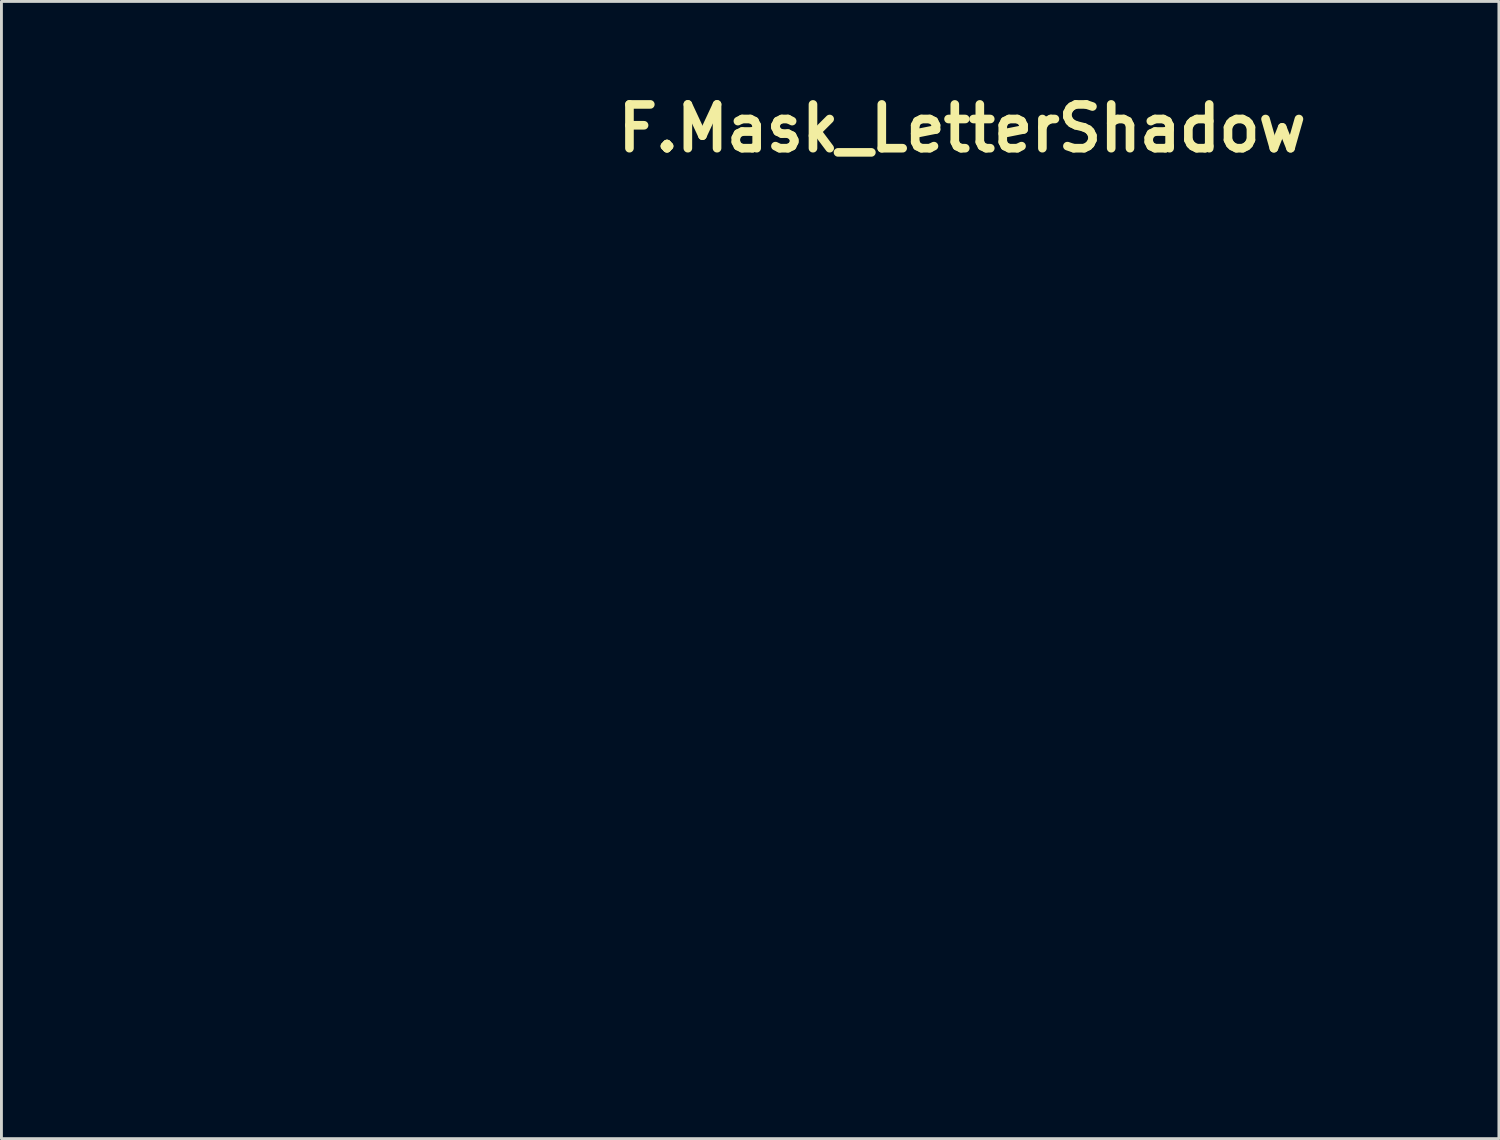
<source format=kicad_pcb>
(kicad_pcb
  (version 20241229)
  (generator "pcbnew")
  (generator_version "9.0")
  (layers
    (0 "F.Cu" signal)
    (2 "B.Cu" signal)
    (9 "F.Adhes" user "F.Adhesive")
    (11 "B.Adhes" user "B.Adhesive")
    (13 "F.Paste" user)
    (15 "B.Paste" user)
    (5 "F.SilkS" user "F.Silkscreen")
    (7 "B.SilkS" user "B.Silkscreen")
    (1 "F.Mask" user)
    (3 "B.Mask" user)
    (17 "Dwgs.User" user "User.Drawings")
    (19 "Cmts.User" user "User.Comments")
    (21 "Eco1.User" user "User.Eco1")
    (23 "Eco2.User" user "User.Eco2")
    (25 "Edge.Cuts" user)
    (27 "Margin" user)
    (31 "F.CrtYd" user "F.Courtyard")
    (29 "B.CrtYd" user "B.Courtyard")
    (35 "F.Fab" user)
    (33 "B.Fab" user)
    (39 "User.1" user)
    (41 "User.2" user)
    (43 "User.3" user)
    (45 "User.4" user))
  (footprint "F.Mask_LetterShadow"
    (layer "F.Cu")
    (at 30.429 1.418)
    (property "Reference" "F.Mask_LetterShadow" (at 0 0 0) (layer "F.SilkS") (effects (font (size 1.524 1.524) (thickness 0.3))))
    (attr through_hole)
    (fp_poly (pts (xy -25.6 28.793) (xy -26.978 28.793) (xy -26.978 28.321) (xy -25.6 28.321) (xy -25.6 28.793)) (stroke (width 0.01) (type solid)) (fill yes) (layer "F.Mask"))
    (fp_poly (pts (xy -19.993 32.149) (xy -21.354 32.149) (xy -21.354 31.677) (xy -19.993 31.677) (xy -19.993 32.149)) (stroke (width 0.01) (type solid)) (fill yes) (layer "F.Mask"))
    (fp_poly (pts (xy -11.757 28.902) (xy -12.591 28.902) (xy -12.591 28.43) (xy -11.757 28.43) (xy -11.757 28.902)) (stroke (width 0.01) (type solid)) (fill yes) (layer "F.Mask"))
    (fp_poly (pts (xy -1.433 32.149) (xy -5.697 32.149) (xy -5.697 31.677) (xy -1.433 31.677) (xy -1.433 32.149)) (stroke (width 0.01) (type solid)) (fill yes) (layer "F.Mask"))
    (fp_poly (pts (xy -0.762 31.605) (xy -1.451 31.605) (xy -1.451 31.133) (xy -0.762 31.133) (xy -0.762 31.605)) (stroke (width 0.01) (type solid)) (fill yes) (layer "F.Mask"))
    (fp_poly (pts (xy 12.138 32.149) (xy 10.759 32.149) (xy 10.759 31.677) (xy 12.138 31.677) (xy 12.138 32.149)) (stroke (width 0.01) (type solid)) (fill yes) (layer "F.Mask"))
    (fp_poly (pts (xy 15.675 32.149) (xy 14.315 32.149) (xy 14.315 31.677) (xy 15.675 31.677) (xy 15.675 32.149)) (stroke (width 0.01) (type solid)) (fill yes) (layer "F.Mask"))
    (fp_poly (pts (xy -14.5 29.659) (xy -14.505 29.89) (xy -15.875 29.9) (xy -15.875 29.428) (xy -14.495 29.428) (xy -14.5 29.659)) (stroke (width 0.01) (type solid)) (fill yes) (layer "F.Mask"))
    (fp_poly (pts (xy 4.899 28.775) (xy 3.519 28.775) (xy 3.524 28.543) (xy 3.529 28.312) (xy 4.214 28.307) (xy 4.899 28.302) (xy 4.899 28.775)) (stroke (width 0.01) (type solid)) (fill yes) (layer "F.Mask"))
    (fp_poly (pts (xy 5.611 31.119) (xy 5.96 31.124) (xy 5.96 31.578) (xy 5.611 31.583) (xy 5.261 31.587) (xy 5.261 31.114) (xy 5.611 31.119)) (stroke (width 0.01) (type solid)) (fill yes) (layer "F.Mask"))
    (fp_poly (pts (xy -10.523 31.605) (xy -10.855 31.605) (xy -10.962 31.604) (xy -11.055 31.602) (xy -11.13 31.6) (xy -11.181 31.596) (xy -11.2 31.593) (xy -11.205 31.571) (xy -11.209 31.52) (xy -11.211 31.448) (xy -11.212 31.362) (xy -11.212 31.357) (xy -11.212 31.133) (xy -10.523 31.133) (xy -10.523 31.605)) (stroke (width 0.01) (type solid)) (fill yes) (layer "F.Mask"))
    (fp_poly (pts (xy 13.095 28.434) (xy 13.31 28.435) (xy 13.491 28.436) (xy 13.643 28.438) (xy 13.767 28.439) (xy 13.867 28.441) (xy 13.945 28.444) (xy 14.005 28.447) (xy 14.05 28.451) (xy 14.082 28.456) (xy 14.105 28.461) (xy 14.122 28.468) (xy 14.126 28.47) (xy 14.214 28.538) (xy 14.28 28.629) (xy 14.314 28.724) (xy 14.321 28.77) (xy 14.326 28.833) (xy 14.329 28.907) (xy 14.33 28.984) (xy 14.33 29.059) (xy 14.327 29.125) (xy 14.323 29.176) (xy 14.318 29.207) (xy 14.311 29.21) (xy 14.308 29.201) (xy 14.263 29.095) (xy 14.198 29.008) (xy 14.131 28.956) (xy 14.052 28.911) (xy 13.086 28.906) (xy 12.119 28.9) (xy 12.119 28.428) (xy 13.095 28.434)) (stroke (width 0.01) (type solid)) (fill yes) (layer "F.Mask"))
    (fp_poly (pts (xy -1.433 28.902) (xy -2.753 28.9) (xy -3.003 28.899) (xy -3.234 28.898) (xy -3.443 28.897) (xy -3.629 28.895) (xy -3.789 28.893) (xy -3.921 28.891) (xy -4.024 28.888) (xy -4.094 28.885) (xy -4.131 28.881) (xy -4.134 28.881) (xy -4.227 28.841) (xy -4.289 28.784) (xy -4.312 28.743) (xy -4.327 28.665) (xy -4.307 28.59) (xy -4.267 28.534) (xy -4.248 28.515) (xy -4.23 28.498) (xy -4.209 28.484) (xy -4.182 28.472) (xy -4.147 28.462) (xy -4.103 28.453) (xy -4.045 28.447) (xy -3.971 28.441) (xy -3.88 28.437) (xy -3.769 28.434) (xy -3.634 28.432) (xy -3.474 28.431) (xy -3.286 28.43) (xy -3.068 28.43) (xy -2.816 28.43) (xy -2.736 28.43) (xy -1.433 28.43) (xy -1.433 28.902)) (stroke (width 0.01) (type solid)) (fill yes) (layer "F.Mask"))
    (fp_poly (pts (xy -17.14 28.43) (xy -16.888 28.43) (xy -16.671 28.432) (xy -16.489 28.434) (xy -16.343 28.437) (xy -16.233 28.44) (xy -16.158 28.445) (xy -16.12 28.45) (xy -16.02 28.494) (xy -15.939 28.564) (xy -15.89 28.64) (xy -15.877 28.676) (xy -15.867 28.715) (xy -15.862 28.765) (xy -15.86 28.833) (xy -15.86 28.926) (xy -15.861 28.987) (xy -15.863 29.089) (xy -15.866 29.157) (xy -15.87 29.192) (xy -15.875 29.197) (xy -15.88 29.175) (xy -15.91 29.098) (xy -15.965 29.024) (xy -16.037 28.962) (xy -16.115 28.923) (xy -16.12 28.922) (xy -16.158 28.917) (xy -16.229 28.912) (xy -16.336 28.908) (xy -16.477 28.906) (xy -16.653 28.903) (xy -16.865 28.902) (xy -17.113 28.902) (xy -17.14 28.902) (xy -18.088 28.902) (xy -18.088 28.43) (xy -17.14 28.43)) (stroke (width 0.01) (type solid)) (fill yes) (layer "F.Mask"))
    (fp_poly (pts (xy -24.901 30.689) (xy -24.885 30.775) (xy -24.862 30.863) (xy -24.84 30.935) (xy -24.839 30.936) (xy -24.755 31.107) (xy -24.641 31.263) (xy -24.502 31.401) (xy -24.343 31.515) (xy -24.168 31.602) (xy -24.121 31.619) (xy -23.976 31.668) (xy -21.663 31.679) (xy -21.663 32.149) (xy -22.783 32.148) (xy -23.026 32.147) (xy -23.236 32.146) (xy -23.415 32.145) (xy -23.565 32.144) (xy -23.689 32.142) (xy -23.79 32.139) (xy -23.871 32.136) (xy -23.934 32.132) (xy -23.981 32.127) (xy -24.016 32.122) (xy -24.021 32.121) (xy -24.2 32.065) (xy -24.37 31.976) (xy -24.526 31.861) (xy -24.663 31.722) (xy -24.776 31.565) (xy -24.843 31.431) (xy -24.875 31.346) (xy -24.898 31.258) (xy -24.914 31.161) (xy -24.923 31.047) (xy -24.927 30.907) (xy -24.926 30.826) (xy -24.925 30.544) (xy -24.901 30.689)) (stroke (width 0.01) (type solid)) (fill yes) (layer "F.Mask"))
    (fp_poly (pts (xy -27.768 26.734) (xy -27.61 26.734) (xy -27.48 26.735) (xy -27.374 26.738) (xy -27.29 26.742) (xy -27.223 26.747) (xy -27.172 26.755) (xy -27.133 26.765) (xy -27.103 26.778) (xy -27.079 26.794) (xy -27.058 26.813) (xy -27.038 26.837) (xy -27.018 26.859) (xy -26.982 26.908) (xy -26.956 26.961) (xy -26.939 27.027) (xy -26.93 27.111) (xy -26.927 27.22) (xy -26.928 27.309) (xy -26.93 27.405) (xy -26.932 27.469) (xy -26.935 27.503) (xy -26.94 27.512) (xy -26.946 27.5) (xy -26.955 27.468) (xy -26.956 27.463) (xy -27 27.366) (xy -27.07 27.287) (xy -27.161 27.232) (xy -27.213 27.216) (xy -27.258 27.211) (xy -27.338 27.206) (xy -27.454 27.203) (xy -27.604 27.2) (xy -27.788 27.198) (xy -28.006 27.197) (xy -28.241 27.196) (xy -29.175 27.196) (xy -29.17 26.965) (xy -29.165 26.733) (xy -28.176 26.733) (xy -27.955 26.733) (xy -27.768 26.734)) (stroke (width 0.01) (type solid)) (fill yes) (layer "F.Mask"))
    (fp_poly (pts (xy 8.854 28.902) (xy 7.906 28.902) (xy 7.685 28.902) (xy 7.497 28.902) (xy 7.339 28.903) (xy 7.209 28.905) (xy 7.102 28.908) (xy 7.016 28.912) (xy 6.949 28.917) (xy 6.896 28.924) (xy 6.854 28.933) (xy 6.822 28.944) (xy 6.795 28.957) (xy 6.77 28.972) (xy 6.762 28.978) (xy 6.718 29.021) (xy 6.678 29.082) (xy 6.649 29.145) (xy 6.64 29.19) (xy 6.631 29.226) (xy 6.62 29.239) (xy 6.612 29.233) (xy 6.607 29.203) (xy 6.605 29.144) (xy 6.606 29.054) (xy 6.608 28.981) (xy 6.614 28.846) (xy 6.623 28.745) (xy 6.635 28.676) (xy 6.644 28.647) (xy 6.691 28.574) (xy 6.761 28.508) (xy 6.84 28.46) (xy 6.871 28.449) (xy 6.907 28.444) (xy 6.978 28.44) (xy 7.082 28.437) (xy 7.219 28.434) (xy 7.388 28.432) (xy 7.586 28.431) (xy 7.812 28.43) (xy 7.897 28.43) (xy 8.854 28.43) (xy 8.854 28.902)) (stroke (width 0.01) (type solid)) (fill yes) (layer "F.Mask"))
    (fp_poly (pts (xy -22.601 28.448) (xy -22.376 28.448) (xy -22.184 28.449) (xy -22.023 28.45) (xy -21.888 28.452) (xy -21.779 28.455) (xy -21.691 28.459) (xy -21.621 28.466) (xy -21.567 28.475) (xy -21.526 28.487) (xy -21.494 28.502) (xy -21.469 28.521) (xy -21.448 28.543) (xy -21.428 28.569) (xy -21.411 28.593) (xy -21.381 28.642) (xy -21.359 28.698) (xy -21.346 28.768) (xy -21.339 28.856) (xy -21.338 28.971) (xy -21.339 29.056) (xy -21.342 29.142) (xy -21.345 29.196) (xy -21.348 29.221) (xy -21.354 29.221) (xy -21.362 29.2) (xy -21.368 29.179) (xy -21.416 29.079) (xy -21.49 28.998) (xy -21.562 28.954) (xy -21.58 28.947) (xy -21.601 28.94) (xy -21.629 28.935) (xy -21.666 28.931) (xy -21.716 28.928) (xy -21.781 28.925) (xy -21.865 28.923) (xy -21.971 28.922) (xy -22.101 28.921) (xy -22.26 28.92) (xy -22.449 28.92) (xy -22.611 28.92) (xy -23.586 28.92) (xy -23.586 28.448) (xy -22.601 28.448)) (stroke (width 0.01) (type solid)) (fill yes) (layer "F.Mask"))
    (fp_poly (pts (xy 2.545 26.724) (xy 2.733 26.725) (xy 2.891 26.725) (xy 3.022 26.727) (xy 3.129 26.729) (xy 3.214 26.733) (xy 3.281 26.739) (xy 3.333 26.747) (xy 3.372 26.757) (xy 3.402 26.769) (xy 3.426 26.785) (xy 3.446 26.803) (xy 3.466 26.826) (xy 3.478 26.839) (xy 3.515 26.887) (xy 3.542 26.939) (xy 3.559 27) (xy 3.569 27.078) (xy 3.572 27.179) (xy 3.571 27.287) (xy 3.568 27.386) (xy 3.564 27.451) (xy 3.559 27.48) (xy 3.553 27.476) (xy 3.551 27.469) (xy 3.513 27.372) (xy 3.449 27.29) (xy 3.37 27.235) (xy 3.352 27.226) (xy 3.333 27.219) (xy 3.31 27.213) (xy 3.28 27.208) (xy 3.24 27.205) (xy 3.186 27.202) (xy 3.116 27.2) (xy 3.027 27.198) (xy 2.915 27.197) (xy 2.778 27.197) (xy 2.612 27.196) (xy 2.414 27.196) (xy 2.317 27.196) (xy 1.343 27.196) (xy 1.343 26.724) (xy 2.323 26.724) (xy 2.545 26.724)) (stroke (width 0.01) (type solid)) (fill yes) (layer "F.Mask"))
    (fp_poly (pts (xy -13.919 30.659) (xy -13.916 30.68) (xy -13.874 30.871) (xy -13.799 31.051) (xy -13.696 31.216) (xy -13.566 31.361) (xy -13.414 31.482) (xy -13.298 31.548) (xy -13.228 31.581) (xy -13.164 31.608) (xy -13.099 31.629) (xy -13.031 31.646) (xy -12.953 31.658) (xy -12.861 31.667) (xy -12.75 31.672) (xy -12.616 31.675) (xy -12.454 31.677) (xy -12.324 31.677) (xy -11.757 31.677) (xy -11.757 32.149) (xy -12.333 32.148) (xy -12.513 32.147) (xy -12.661 32.145) (xy -12.78 32.142) (xy -12.875 32.138) (xy -12.949 32.132) (xy -13.007 32.125) (xy -13.036 32.119) (xy -13.223 32.061) (xy -13.397 31.972) (xy -13.554 31.853) (xy -13.69 31.71) (xy -13.803 31.544) (xy -13.874 31.394) (xy -13.891 31.349) (xy -13.903 31.308) (xy -13.912 31.266) (xy -13.918 31.214) (xy -13.922 31.147) (xy -13.925 31.059) (xy -13.926 30.942) (xy -13.927 30.915) (xy -13.928 30.796) (xy -13.927 30.713) (xy -13.926 30.663) (xy -13.923 30.645) (xy -13.919 30.659)) (stroke (width 0.01) (type solid)) (fill yes) (layer "F.Mask"))
    (fp_poly (pts (xy 10.19 30.632) (xy 10.192 30.681) (xy 10.193 30.764) (xy 10.194 30.844) (xy 10.192 31.012) (xy 10.183 31.151) (xy 10.165 31.27) (xy 10.136 31.375) (xy 10.095 31.475) (xy 10.057 31.549) (xy 9.968 31.681) (xy 9.852 31.808) (xy 9.721 31.92) (xy 9.584 32.008) (xy 9.561 32.02) (xy 9.518 32.041) (xy 9.478 32.06) (xy 9.44 32.076) (xy 9.401 32.091) (xy 9.359 32.103) (xy 9.31 32.114) (xy 9.254 32.122) (xy 9.186 32.129) (xy 9.106 32.135) (xy 9.009 32.14) (xy 8.895 32.143) (xy 8.76 32.145) (xy 8.603 32.147) (xy 8.42 32.148) (xy 8.209 32.149) (xy 7.968 32.149) (xy 7.694 32.149) (xy 7.552 32.149) (xy 5.951 32.149) (xy 5.951 31.679) (xy 7.606 31.673) (xy 9.262 31.668) (xy 9.38 31.626) (xy 9.577 31.538) (xy 9.749 31.424) (xy 9.895 31.287) (xy 10.013 31.128) (xy 10.102 30.948) (xy 10.161 30.751) (xy 10.177 30.654) (xy 10.183 30.62) (xy 10.187 30.612) (xy 10.19 30.632)) (stroke (width 0.01) (type solid)) (fill yes) (layer "F.Mask"))
    (fp_poly (pts (xy -5.683 28.99) (xy -5.677 29.026) (xy -5.677 29.029) (xy -5.634 29.224) (xy -5.559 29.406) (xy -5.454 29.572) (xy -5.322 29.718) (xy -5.166 29.841) (xy -4.989 29.938) (xy -4.913 29.969) (xy -4.781 30.017) (xy -3.574 30.026) (xy -2.368 30.035) (xy -2.286 30.084) (xy -2.201 30.153) (xy -2.146 30.241) (xy -2.123 30.347) (xy -2.123 30.369) (xy -2.123 30.462) (xy -3.488 30.461) (xy -3.749 30.46) (xy -3.977 30.46) (xy -4.173 30.459) (xy -4.34 30.458) (xy -4.481 30.457) (xy -4.597 30.455) (xy -4.691 30.453) (xy -4.766 30.45) (xy -4.824 30.447) (xy -4.868 30.444) (xy -4.899 30.439) (xy -4.92 30.435) (xy -4.926 30.433) (xy -5.115 30.345) (xy -5.284 30.229) (xy -5.428 30.087) (xy -5.547 29.921) (xy -5.584 29.853) (xy -5.624 29.767) (xy -5.653 29.687) (xy -5.674 29.603) (xy -5.687 29.508) (xy -5.693 29.393) (xy -5.695 29.253) (xy -5.695 29.216) (xy -5.693 29.108) (xy -5.692 29.034) (xy -5.69 28.991) (xy -5.687 28.977) (xy -5.683 28.99)) (stroke (width 0.01) (type solid)) (fill yes) (layer "F.Mask"))
    (fp_poly (pts (xy 0.1 30.682) (xy 0.156 30.891) (xy 0.24 31.078) (xy 0.353 31.243) (xy 0.492 31.384) (xy 0.658 31.501) (xy 0.735 31.542) (xy 0.782 31.565) (xy 0.824 31.585) (xy 0.866 31.602) (xy 0.909 31.616) (xy 0.956 31.627) (xy 1.012 31.637) (xy 1.078 31.644) (xy 1.158 31.649) (xy 1.254 31.653) (xy 1.371 31.656) (xy 1.51 31.658) (xy 1.676 31.659) (xy 1.87 31.659) (xy 2.096 31.659) (xy 3.32 31.659) (xy 3.32 32.131) (xy 2.191 32.129) (xy 1.95 32.129) (xy 1.743 32.128) (xy 1.567 32.127) (xy 1.419 32.126) (xy 1.296 32.124) (xy 1.197 32.122) (xy 1.117 32.119) (xy 1.055 32.115) (xy 1.007 32.111) (xy 0.971 32.106) (xy 0.953 32.102) (xy 0.775 32.042) (xy 0.611 31.95) (xy 0.455 31.825) (xy 0.425 31.796) (xy 0.317 31.679) (xy 0.234 31.565) (xy 0.17 31.445) (xy 0.126 31.333) (xy 0.111 31.285) (xy 0.1 31.237) (xy 0.092 31.181) (xy 0.087 31.111) (xy 0.083 31.02) (xy 0.08 30.9) (xy 0.08 30.879) (xy 0.074 30.544) (xy 0.1 30.682)) (stroke (width 0.01) (type solid)) (fill yes) (layer "F.Mask"))
    (fp_poly (pts (xy -30.411 30.627) (xy -30.407 30.654) (xy -30.385 30.783) (xy -30.354 30.892) (xy -30.309 31) (xy -30.289 31.042) (xy -30.179 31.218) (xy -30.044 31.368) (xy -29.882 31.493) (xy -29.696 31.591) (xy -29.609 31.626) (xy -29.585 31.634) (xy -29.561 31.641) (xy -29.536 31.648) (xy -29.505 31.653) (xy -29.467 31.657) (xy -29.417 31.661) (xy -29.355 31.663) (xy -29.275 31.666) (xy -29.176 31.667) (xy -29.054 31.669) (xy -28.907 31.67) (xy -28.732 31.671) (xy -28.526 31.672) (xy -28.344 31.673) (xy -27.196 31.679) (xy -27.196 32.149) (xy -28.298 32.148) (xy -28.54 32.147) (xy -28.748 32.146) (xy -28.924 32.145) (xy -29.073 32.144) (xy -29.196 32.141) (xy -29.295 32.139) (xy -29.375 32.136) (xy -29.436 32.132) (xy -29.482 32.127) (xy -29.516 32.121) (xy -29.518 32.121) (xy -29.694 32.066) (xy -29.863 31.978) (xy -30.02 31.863) (xy -30.081 31.807) (xy -30.207 31.665) (xy -30.302 31.518) (xy -30.37 31.358) (xy -30.388 31.297) (xy -30.403 31.239) (xy -30.413 31.181) (xy -30.419 31.117) (xy -30.423 31.037) (xy -30.424 30.934) (xy -30.423 30.852) (xy -30.422 30.744) (xy -30.42 30.669) (xy -30.418 30.626) (xy -30.415 30.613) (xy -30.411 30.627)) (stroke (width 0.01) (type solid)) (fill yes) (layer "F.Mask"))
    (fp_poly (pts (xy -19.437 30.573) (xy -19.426 30.621) (xy -19.413 30.688) (xy -19.406 30.725) (xy -19.356 30.916) (xy -19.273 31.094) (xy -19.161 31.255) (xy -19.024 31.395) (xy -18.863 31.51) (xy -18.796 31.547) (xy -18.745 31.572) (xy -18.698 31.594) (xy -18.652 31.613) (xy -18.604 31.628) (xy -18.552 31.641) (xy -18.491 31.651) (xy -18.42 31.659) (xy -18.334 31.666) (xy -18.231 31.67) (xy -18.108 31.673) (xy -17.962 31.675) (xy -17.789 31.676) (xy -17.587 31.677) (xy -17.352 31.677) (xy -17.295 31.677) (xy -16.202 31.677) (xy -16.202 32.149) (xy -17.304 32.148) (xy -17.55 32.147) (xy -17.762 32.146) (xy -17.942 32.145) (xy -18.094 32.143) (xy -18.219 32.141) (xy -18.319 32.138) (xy -18.397 32.135) (xy -18.456 32.13) (xy -18.498 32.125) (xy -18.515 32.122) (xy -18.711 32.063) (xy -18.887 31.975) (xy -19.047 31.856) (xy -19.117 31.789) (xy -19.236 31.647) (xy -19.329 31.485) (xy -19.387 31.342) (xy -19.405 31.285) (xy -19.418 31.234) (xy -19.428 31.179) (xy -19.435 31.114) (xy -19.44 31.031) (xy -19.443 30.922) (xy -19.445 30.87) (xy -19.447 30.767) (xy -19.448 30.678) (xy -19.448 30.609) (xy -19.446 30.565) (xy -19.444 30.553) (xy -19.437 30.573)) (stroke (width 0.01) (type solid)) (fill yes) (layer "F.Mask"))
    (fp_poly (pts (xy -6.267 30.611) (xy -6.263 30.645) (xy -6.261 30.699) (xy -6.261 30.769) (xy -6.262 30.849) (xy -6.264 30.934) (xy -6.268 31.019) (xy -6.273 31.098) (xy -6.28 31.167) (xy -6.286 31.215) (xy -6.337 31.399) (xy -6.42 31.572) (xy -6.531 31.731) (xy -6.666 31.869) (xy -6.823 31.981) (xy -6.894 32.02) (xy -6.938 32.041) (xy -6.977 32.06) (xy -7.015 32.076) (xy -7.054 32.091) (xy -7.096 32.103) (xy -7.144 32.113) (xy -7.2 32.122) (xy -7.267 32.129) (xy -7.347 32.135) (xy -7.443 32.139) (xy -7.556 32.143) (xy -7.69 32.145) (xy -7.846 32.147) (xy -8.028 32.148) (xy -8.237 32.148) (xy -8.476 32.149) (xy -8.748 32.149) (xy -8.922 32.149) (xy -10.541 32.149) (xy -10.541 31.677) (xy -8.935 31.677) (xy -8.642 31.677) (xy -8.384 31.677) (xy -8.156 31.677) (xy -7.958 31.676) (xy -7.787 31.675) (xy -7.64 31.673) (xy -7.514 31.67) (xy -7.408 31.666) (xy -7.32 31.661) (xy -7.245 31.655) (xy -7.183 31.647) (xy -7.131 31.638) (xy -7.086 31.627) (xy -7.046 31.614) (xy -7.009 31.599) (xy -6.971 31.583) (xy -6.932 31.563) (xy -6.921 31.558) (xy -6.757 31.46) (xy -6.612 31.337) (xy -6.49 31.194) (xy -6.395 31.036) (xy -6.331 30.868) (xy -6.316 30.807) (xy -6.301 30.732) (xy -6.285 30.655) (xy -6.279 30.625) (xy -6.272 30.602) (xy -6.267 30.611)) (stroke (width 0.01) (type solid)) (fill yes) (layer "F.Mask")))
  (gr_rect
    (start -3 -3)
    (end 49.109 36.572)
    (stroke (width 0.1) (type default))
    (fill no)
    (layer "Edge.Cuts")))
</source>
